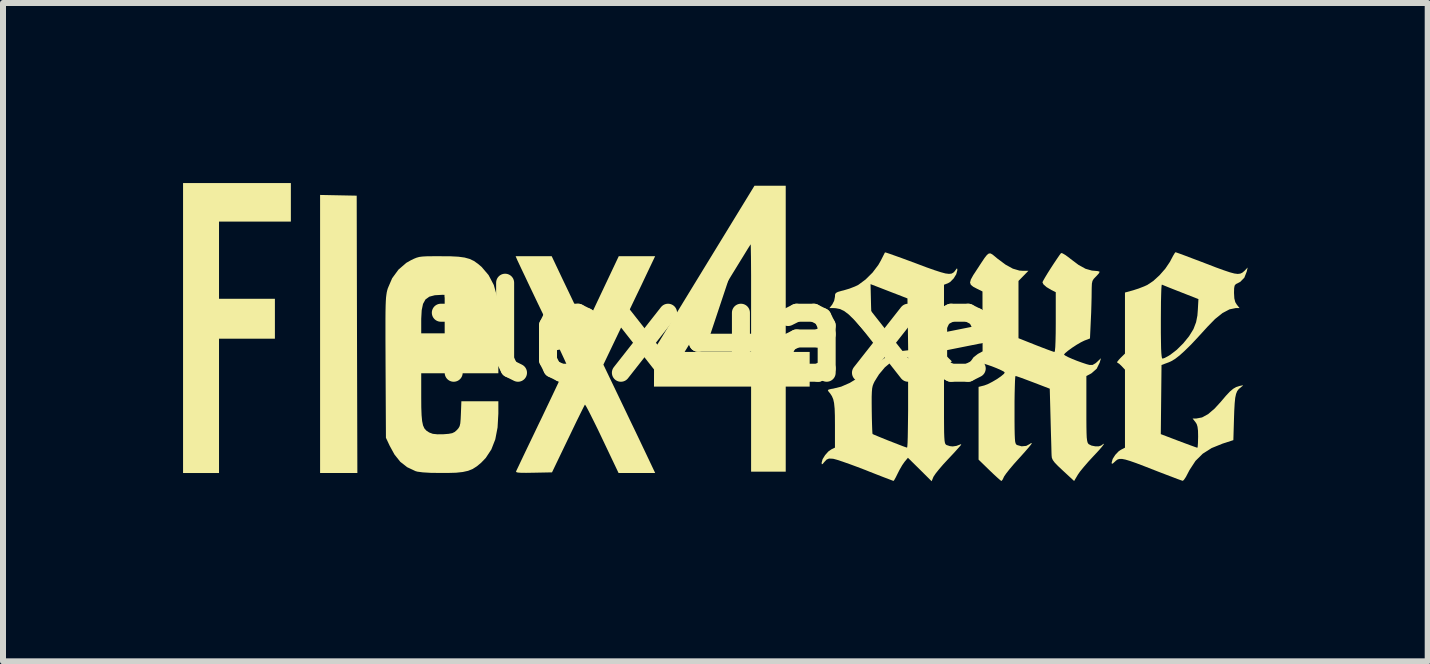
<source format=kicad_pcb>
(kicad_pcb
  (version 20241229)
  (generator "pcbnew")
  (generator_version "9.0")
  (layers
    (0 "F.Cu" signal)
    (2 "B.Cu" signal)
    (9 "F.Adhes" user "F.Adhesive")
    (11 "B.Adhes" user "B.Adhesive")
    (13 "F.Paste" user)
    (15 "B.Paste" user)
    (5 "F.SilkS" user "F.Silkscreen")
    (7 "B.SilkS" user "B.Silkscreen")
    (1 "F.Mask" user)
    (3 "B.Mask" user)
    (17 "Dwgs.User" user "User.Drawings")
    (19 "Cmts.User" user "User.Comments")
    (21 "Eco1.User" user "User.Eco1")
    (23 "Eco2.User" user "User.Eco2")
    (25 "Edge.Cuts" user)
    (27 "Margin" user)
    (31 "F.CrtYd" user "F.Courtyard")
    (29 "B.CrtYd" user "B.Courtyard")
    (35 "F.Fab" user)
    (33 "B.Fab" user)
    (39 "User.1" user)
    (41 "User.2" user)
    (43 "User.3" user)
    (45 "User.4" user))
  (footprint "flex4axe"
    (layer "F.Cu")
    (at 8.866 2.482)
    (property "Reference" "flex4axe" (at 0 0 0) (layer "F.SilkS") (effects (font (size 1.5 1.5) (thickness 0.3))))
    (attr board_only exclude_from_pos_files exclude_from_bom)
    (fp_poly (pts (xy -6.278 -2.278) (xy -5.973 -2.272) (xy -5.968 0.039) (xy -5.962 2.349) (xy -6.272 2.349) (xy -6.583 2.349) (xy -6.583 0.033) (xy -6.583 -2.284)) (stroke (width 0) (type solid)) (fill yes) (layer "F.SilkS"))
    (fp_poly (pts (xy -7.07 -2.161) (xy -7.07 -1.84) (xy -7.669 -1.84) (xy -8.267 -1.84) (xy -8.267 -1.197) (xy -8.267 -0.554) (xy -7.802 -0.554) (xy -7.336 -0.554) (xy -7.336 -0.222) (xy -7.336 0.111) (xy -7.802 0.111) (xy -8.267 0.111) (xy -8.267 1.23) (xy -8.267 2.349) (xy -8.566 2.349) (xy -8.866 2.349) (xy -8.866 -0.066) (xy -8.866 -2.482) (xy -7.968 -2.482) (xy -7.07 -2.482)) (stroke (width 0) (type solid)) (fill yes) (layer "F.SilkS"))
    (fp_poly (pts (xy 1.175 -1.053) (xy 1.175 0.332) (xy 1.374 0.332) (xy 1.574 0.332) (xy 1.574 0.621) (xy 1.574 0.909) (xy 1.374 0.909) (xy 1.175 0.909) (xy 1.175 1.618) (xy 1.175 2.327) (xy 0.887 2.327) (xy 0.598 2.327) (xy 0.598 1.618) (xy 0.598 0.909) (xy -0.211 0.909) (xy -1.02 0.909) (xy -1.019 0.604) (xy -1.019 0.332) (xy -0.51 0.332) (xy 0.044 0.332) (xy 0.598 0.332) (xy 0.598 -0.569) (xy 0.598 -0.763) (xy 0.598 -0.943) (xy 0.597 -1.103) (xy 0.596 -1.24) (xy 0.594 -1.347) (xy 0.593 -1.422) (xy 0.591 -1.458) (xy 0.59 -1.461) (xy 0.577 -1.44) (xy 0.543 -1.387) (xy 0.493 -1.305) (xy 0.428 -1.2) (xy 0.352 -1.076) (xy 0.267 -0.938) (xy 0.243 -0.898) (xy 0.143 -0.734) (xy 0.039 -0.564) (xy -0.065 -0.394) (xy -0.161 -0.236) (xy -0.246 -0.099) (xy -0.303 -0.006) (xy -0.51 0.332) (xy -1.019 0.332) (xy -1.019 0.299) (xy -0.183 -1.069) (xy 0.654 -2.437) (xy 0.914 -2.438) (xy 1.175 -2.438)) (stroke (width 0) (type solid)) (fill yes) (layer "F.SilkS"))
    (fp_poly (pts (xy -2.543 -0.881) (xy -2.477 -0.743) (xy -2.41 -0.603) (xy -2.347 -0.471) (xy -2.293 -0.36) (xy -2.261 -0.295) (xy -2.161 -0.091) (xy -1.884 -0.677) (xy -1.607 -1.263) (xy -1.304 -1.263) (xy -1.001 -1.263) (xy -1.13 -0.992) (xy -1.173 -0.901) (xy -1.231 -0.778) (xy -1.302 -0.631) (xy -1.38 -0.468) (xy -1.462 -0.296) (xy -1.544 -0.124) (xy -1.561 -0.089) (xy -1.863 0.543) (xy -1.587 1.119) (xy -1.506 1.288) (xy -1.422 1.464) (xy -1.339 1.636) (xy -1.263 1.795) (xy -1.198 1.932) (xy -1.155 2.022) (xy -1 2.349) (xy -1.305 2.349) (xy -1.61 2.349) (xy -1.884 1.773) (xy -1.954 1.626) (xy -2.019 1.494) (xy -2.075 1.382) (xy -2.12 1.294) (xy -2.152 1.235) (xy -2.169 1.21) (xy -2.17 1.209) (xy -2.183 1.232) (xy -2.212 1.289) (xy -2.255 1.376) (xy -2.31 1.487) (xy -2.373 1.618) (xy -2.442 1.762) (xy -2.451 1.78) (xy -2.719 2.338) (xy -3.024 2.344) (xy -3.15 2.346) (xy -3.237 2.345) (xy -3.29 2.341) (xy -3.315 2.333) (xy -3.318 2.322) (xy -3.306 2.297) (xy -3.277 2.236) (xy -3.233 2.143) (xy -3.176 2.023) (xy -3.108 1.881) (xy -3.03 1.719) (xy -2.946 1.543) (xy -2.891 1.43) (xy -2.804 1.247) (xy -2.723 1.077) (xy -2.65 0.923) (xy -2.587 0.789) (xy -2.537 0.68) (xy -2.5 0.6) (xy -2.48 0.554) (xy -2.476 0.543) (xy -2.485 0.519) (xy -2.512 0.459) (xy -2.554 0.368) (xy -2.609 0.25) (xy -2.675 0.109) (xy -2.75 -0.05) (xy -2.833 -0.223) (xy -2.869 -0.299) (xy -2.956 -0.479) (xy -3.037 -0.649) (xy -3.111 -0.804) (xy -3.175 -0.94) (xy -3.228 -1.051) (xy -3.267 -1.134) (xy -3.29 -1.183) (xy -3.294 -1.191) (xy -3.325 -1.263) (xy -3.025 -1.263) (xy -2.724 -1.263)) (stroke (width 0) (type solid)) (fill yes) (layer "F.SilkS"))
    (fp_poly (pts (xy -4.41 -1.262) (xy -4.278 -1.255) (xy -4.175 -1.241) (xy -4.092 -1.218) (xy -4.02 -1.184) (xy -3.952 -1.136) (xy -3.892 -1.085) (xy -3.776 -0.949) (xy -3.689 -0.784) (xy -3.636 -0.597) (xy -3.634 -0.582) (xy -3.628 -0.525) (xy -3.623 -0.43) (xy -3.619 -0.307) (xy -3.615 -0.163) (xy -3.613 -0.006) (xy -3.613 0.116) (xy -3.613 0.687) (xy -4.255 0.687) (xy -4.898 0.687) (xy -4.898 1.087) (xy -4.897 1.255) (xy -4.892 1.386) (xy -4.883 1.483) (xy -4.868 1.555) (xy -4.845 1.606) (xy -4.813 1.642) (xy -4.771 1.67) (xy -4.764 1.674) (xy -4.705 1.696) (xy -4.628 1.704) (xy -4.529 1.703) (xy -4.441 1.696) (xy -4.382 1.685) (xy -4.341 1.665) (xy -4.305 1.634) (xy -4.277 1.602) (xy -4.258 1.568) (xy -4.247 1.521) (xy -4.241 1.451) (xy -4.237 1.363) (xy -4.229 1.153) (xy -3.921 1.153) (xy -3.613 1.153) (xy -3.613 1.358) (xy -3.626 1.59) (xy -3.664 1.788) (xy -3.73 1.957) (xy -3.823 2.098) (xy -3.9 2.178) (xy -3.971 2.237) (xy -4.04 2.281) (xy -4.116 2.312) (xy -4.206 2.332) (xy -4.318 2.344) (xy -4.462 2.348) (xy -4.564 2.348) (xy -4.74 2.346) (xy -4.873 2.338) (xy -4.963 2.326) (xy -4.994 2.317) (xy -5.132 2.252) (xy -5.247 2.162) (xy -5.344 2.04) (xy -5.424 1.894) (xy -5.486 1.762) (xy -5.492 0.588) (xy -5.493 0.329) (xy -5.494 0.111) (xy -5.494 0.022) (xy -4.898 0.022) (xy -4.564 0.022) (xy -4.23 0.022) (xy -4.237 -0.235) (xy -4.244 -0.491) (xy -4.317 -0.556) (xy -4.359 -0.59) (xy -4.4 -0.61) (xy -4.455 -0.618) (xy -4.537 -0.62) (xy -4.55 -0.62) (xy -4.672 -0.613) (xy -4.763 -0.589) (xy -4.827 -0.543) (xy -4.868 -0.469) (xy -4.89 -0.364) (xy -4.898 -0.221) (xy -4.898 -0.194) (xy -4.898 0.022) (xy -5.494 0.022) (xy -5.494 -0.072) (xy -5.494 -0.222) (xy -5.493 -0.343) (xy -5.491 -0.44) (xy -5.488 -0.516) (xy -5.484 -0.576) (xy -5.478 -0.624) (xy -5.472 -0.663) (xy -5.464 -0.697) (xy -5.454 -0.73) (xy -5.382 -0.897) (xy -5.277 -1.04) (xy -5.146 -1.153) (xy -5.074 -1.194) (xy -5.021 -1.22) (xy -4.977 -1.238) (xy -4.931 -1.251) (xy -4.876 -1.258) (xy -4.803 -1.262) (xy -4.703 -1.263) (xy -4.577 -1.263)) (stroke (width 0) (type solid)) (fill yes) (layer "F.SilkS"))
    (fp_poly (pts (xy 7.693 -1.322) (xy 7.752 -1.301) (xy 7.841 -1.268) (xy 7.954 -1.225) (xy 8.084 -1.176) (xy 8.178 -1.14) (xy 8.344 -1.076) (xy 8.474 -1.029) (xy 8.575 -0.995) (xy 8.65 -0.975) (xy 8.706 -0.968) (xy 8.748 -0.973) (xy 8.781 -0.988) (xy 8.811 -1.013) (xy 8.824 -1.025) (xy 8.871 -1.075) (xy 8.856 -1.008) (xy 8.816 -0.906) (xy 8.749 -0.837) (xy 8.711 -0.817) (xy 8.674 -0.798) (xy 8.654 -0.773) (xy 8.646 -0.731) (xy 8.644 -0.659) (xy 8.644 -0.651) (xy 8.649 -0.561) (xy 8.665 -0.498) (xy 8.69 -0.457) (xy 8.736 -0.399) (xy 8.672 -0.399) (xy 8.569 -0.378) (xy 8.453 -0.317) (xy 8.327 -0.216) (xy 8.206 -0.092) (xy 8.056 0.072) (xy 7.931 0.206) (xy 7.825 0.31) (xy 7.737 0.39) (xy 7.662 0.448) (xy 7.596 0.487) (xy 7.558 0.504) (xy 7.436 0.549) (xy 7.43 1.125) (xy 7.424 1.701) (xy 7.723 1.815) (xy 7.83 1.855) (xy 7.922 1.889) (xy 7.991 1.914) (xy 8.029 1.927) (xy 8.034 1.928) (xy 8.039 1.908) (xy 8.043 1.853) (xy 8.045 1.775) (xy 8.046 1.743) (xy 8.044 1.645) (xy 8.036 1.579) (xy 8.022 1.533) (xy 8 1.499) (xy 7.954 1.441) (xy 8.015 1.441) (xy 8.111 1.423) (xy 8.212 1.368) (xy 8.321 1.275) (xy 8.425 1.161) (xy 8.509 1.062) (xy 8.575 0.992) (xy 8.629 0.946) (xy 8.679 0.917) (xy 8.732 0.9) (xy 8.744 0.897) (xy 8.788 0.888) (xy 8.793 0.893) (xy 8.762 0.917) (xy 8.761 0.919) (xy 8.724 0.949) (xy 8.697 0.984) (xy 8.678 1.031) (xy 8.664 1.096) (xy 8.655 1.186) (xy 8.648 1.309) (xy 8.644 1.427) (xy 8.633 1.801) (xy 8.454 1.859) (xy 8.271 1.933) (xy 8.123 2.027) (xy 8.002 2.147) (xy 7.902 2.3) (xy 7.877 2.348) (xy 7.842 2.415) (xy 7.81 2.462) (xy 7.791 2.479) (xy 7.764 2.471) (xy 7.703 2.449) (xy 7.613 2.415) (xy 7.501 2.372) (xy 7.373 2.323) (xy 7.317 2.301) (xy 7.148 2.235) (xy 7.014 2.184) (xy 6.911 2.148) (xy 6.834 2.125) (xy 6.778 2.114) (xy 6.736 2.114) (xy 6.705 2.123) (xy 6.678 2.142) (xy 6.662 2.157) (xy 6.624 2.191) (xy 6.608 2.194) (xy 6.605 2.177) (xy 6.622 2.115) (xy 6.665 2.047) (xy 6.722 1.987) (xy 6.759 1.962) (xy 6.827 1.927) (xy 6.827 1.277) (xy 6.827 0.627) (xy 6.772 0.568) (xy 6.731 0.529) (xy 6.7 0.51) (xy 6.697 0.51) (xy 6.698 0.496) (xy 6.726 0.461) (xy 6.751 0.434) (xy 6.827 0.359) (xy 6.827 -0.149) (xy 6.827 -0.179) (xy 7.425 -0.179) (xy 7.425 0.01) (xy 7.427 0.159) (xy 7.429 0.271) (xy 7.433 0.352) (xy 7.438 0.404) (xy 7.444 0.434) (xy 7.453 0.443) (xy 7.454 0.443) (xy 7.488 0.432) (xy 7.543 0.403) (xy 7.581 0.38) (xy 7.69 0.296) (xy 7.799 0.188) (xy 7.895 0.07) (xy 7.966 -0.045) (xy 7.973 -0.061) (xy 8.012 -0.164) (xy 8.034 -0.276) (xy 8.041 -0.368) (xy 8.051 -0.549) (xy 7.755 -0.665) (xy 7.648 -0.707) (xy 7.555 -0.744) (xy 7.486 -0.772) (xy 7.447 -0.788) (xy 7.442 -0.791) (xy 7.437 -0.772) (xy 7.433 -0.715) (xy 7.43 -0.624) (xy 7.427 -0.505) (xy 7.426 -0.364) (xy 7.425 -0.206) (xy 7.425 -0.179) (xy 6.827 -0.179) (xy 6.827 -0.658) (xy 6.962 -0.695) (xy 7.055 -0.725) (xy 7.15 -0.762) (xy 7.2 -0.785) (xy 7.299 -0.851) (xy 7.403 -0.946) (xy 7.5 -1.057) (xy 7.577 -1.171) (xy 7.595 -1.206) (xy 7.629 -1.27) (xy 7.656 -1.315) (xy 7.669 -1.33)) (stroke (width 0) (type solid)) (fill yes) (layer "F.SilkS"))
    (fp_poly (pts (xy 2.851 -1.322) (xy 2.908 -1.303) (xy 2.995 -1.272) (xy 3.107 -1.232) (xy 3.237 -1.184) (xy 3.345 -1.144) (xy 3.517 -1.079) (xy 3.653 -1.031) (xy 3.758 -0.997) (xy 3.836 -0.976) (xy 3.894 -0.969) (xy 3.936 -0.973) (xy 3.967 -0.989) (xy 3.992 -1.014) (xy 4.001 -1.027) (xy 4.025 -1.059) (xy 4.033 -1.054) (xy 4.034 -1.03) (xy 4.016 -0.963) (xy 3.973 -0.893) (xy 3.916 -0.835) (xy 3.878 -0.813) (xy 3.812 -0.788) (xy 3.812 -0.215) (xy 3.812 0.358) (xy 3.877 0.423) (xy 3.942 0.488) (xy 3.877 0.552) (xy 3.812 0.617) (xy 3.812 1.239) (xy 3.812 1.421) (xy 3.813 1.564) (xy 3.814 1.673) (xy 3.817 1.752) (xy 3.821 1.808) (xy 3.827 1.843) (xy 3.835 1.865) (xy 3.846 1.877) (xy 3.855 1.883) (xy 3.911 1.901) (xy 3.956 1.906) (xy 4.019 1.897) (xy 4.057 1.883) (xy 4.091 1.87) (xy 4.1 1.873) (xy 4.086 1.893) (xy 4.046 1.938) (xy 3.987 2.004) (xy 3.913 2.083) (xy 3.883 2.115) (xy 3.801 2.203) (xy 3.729 2.287) (xy 3.673 2.357) (xy 3.64 2.406) (xy 3.635 2.415) (xy 3.606 2.486) (xy 3.409 2.29) (xy 3.211 2.095) (xy 3.156 2.161) (xy 3.116 2.218) (xy 3.071 2.296) (xy 3.041 2.355) (xy 3.009 2.42) (xy 2.983 2.466) (xy 2.97 2.481) (xy 2.947 2.472) (xy 2.889 2.45) (xy 2.802 2.417) (xy 2.692 2.374) (xy 2.564 2.324) (xy 2.505 2.3) (xy 2.366 2.247) (xy 2.236 2.199) (xy 2.122 2.159) (xy 2.031 2.129) (xy 1.972 2.113) (xy 1.96 2.111) (xy 1.896 2.108) (xy 1.856 2.125) (xy 1.821 2.162) (xy 1.789 2.199) (xy 1.776 2.203) (xy 1.773 2.178) (xy 1.789 2.119) (xy 1.831 2.051) (xy 1.885 1.99) (xy 1.935 1.955) (xy 1.995 1.926) (xy 1.995 1.549) (xy 1.994 1.395) (xy 1.99 1.277) (xy 1.981 1.189) (xy 1.981 1.186) (xy 2.607 1.186) (xy 2.608 1.304) (xy 2.61 1.43) (xy 2.613 1.54) (xy 2.616 1.626) (xy 2.619 1.681) (xy 2.622 1.699) (xy 2.645 1.71) (xy 2.7 1.733) (xy 2.778 1.765) (xy 2.869 1.802) (xy 2.964 1.839) (xy 3.054 1.874) (xy 3.129 1.903) (xy 3.18 1.921) (xy 3.197 1.926) (xy 3.201 1.905) (xy 3.205 1.845) (xy 3.208 1.751) (xy 3.21 1.628) (xy 3.212 1.48) (xy 3.214 1.314) (xy 3.214 1.175) (xy 3.214 0.421) (xy 3.142 0.421) (xy 3.039 0.442) (xy 2.932 0.5) (xy 2.826 0.589) (xy 2.729 0.705) (xy 2.657 0.82) (xy 2.638 0.859) (xy 2.624 0.896) (xy 2.615 0.939) (xy 2.61 0.997) (xy 2.607 1.077) (xy 2.607 1.186) (xy 1.981 1.186) (xy 1.967 1.122) (xy 1.945 1.069) (xy 1.915 1.023) (xy 1.891 0.995) (xy 1.877 0.972) (xy 1.888 0.959) (xy 1.932 0.948) (xy 1.966 0.943) (xy 2.099 0.91) (xy 2.241 0.848) (xy 2.397 0.753) (xy 2.571 0.624) (xy 2.702 0.522) (xy 2.806 0.445) (xy 2.891 0.391) (xy 2.963 0.354) (xy 3.028 0.331) (xy 3.094 0.318) (xy 3.101 0.317) (xy 3.215 0.304) (xy 3.209 -0.128) (xy 3.203 -0.56) (xy 3.036 -0.625) (xy 2.932 -0.665) (xy 2.821 -0.708) (xy 2.729 -0.744) (xy 2.588 -0.798) (xy 2.597 -0.427) (xy 2.603 -0.263) (xy 2.612 -0.138) (xy 2.626 -0.045) (xy 2.645 0.022) (xy 2.672 0.068) (xy 2.708 0.101) (xy 2.721 0.109) (xy 2.747 0.127) (xy 2.735 0.132) (xy 2.72 0.132) (xy 2.652 0.117) (xy 2.575 0.069) (xy 2.483 -0.016) (xy 2.414 -0.092) (xy 2.31 -0.209) (xy 2.224 -0.293) (xy 2.15 -0.349) (xy 2.08 -0.383) (xy 2.009 -0.397) (xy 1.97 -0.399) (xy 1.903 -0.399) (xy 1.949 -0.457) (xy 1.982 -0.521) (xy 1.995 -0.587) (xy 1.997 -0.625) (xy 2.01 -0.65) (xy 2.043 -0.668) (xy 2.105 -0.686) (xy 2.142 -0.695) (xy 2.236 -0.723) (xy 2.329 -0.759) (xy 2.386 -0.787) (xy 2.505 -0.875) (xy 2.621 -0.99) (xy 2.718 -1.118) (xy 2.759 -1.19) (xy 2.793 -1.257) (xy 2.818 -1.307) (xy 2.829 -1.327)) (stroke (width 0) (type solid)) (fill yes) (layer "F.SilkS"))
    (fp_poly (pts (xy 5.787 -1.311) (xy 5.835 -1.283) (xy 5.898 -1.237) (xy 5.921 -1.218) (xy 6.054 -1.118) (xy 6.17 -1.054) (xy 6.275 -1.024) (xy 6.322 -1.02) (xy 6.376 -1.015) (xy 6.404 -1.005) (xy 6.405 -1.002) (xy 6.391 -0.976) (xy 6.354 -0.935) (xy 6.339 -0.92) (xy 6.306 -0.885) (xy 6.286 -0.852) (xy 6.276 -0.807) (xy 6.273 -0.739) (xy 6.272 -0.675) (xy 6.271 -0.581) (xy 6.268 -0.459) (xy 6.264 -0.324) (xy 6.258 -0.194) (xy 6.244 0.107) (xy 6.15 0.143) (xy 6.093 0.171) (xy 6.021 0.213) (xy 5.946 0.262) (xy 5.879 0.311) (xy 5.83 0.352) (xy 5.811 0.375) (xy 5.828 0.39) (xy 5.876 0.416) (xy 5.946 0.447) (xy 6.028 0.48) (xy 6.111 0.51) (xy 6.186 0.535) (xy 6.235 0.548) (xy 6.288 0.548) (xy 6.338 0.519) (xy 6.362 0.498) (xy 6.427 0.436) (xy 6.406 0.509) (xy 6.356 0.611) (xy 6.271 0.686) (xy 6.245 0.701) (xy 6.184 0.733) (xy 6.184 1.283) (xy 6.184 1.454) (xy 6.185 1.587) (xy 6.187 1.686) (xy 6.19 1.757) (xy 6.196 1.806) (xy 6.203 1.837) (xy 6.213 1.857) (xy 6.224 1.869) (xy 6.27 1.892) (xy 6.331 1.904) (xy 6.392 1.904) (xy 6.433 1.89) (xy 6.439 1.884) (xy 6.469 1.863) (xy 6.476 1.862) (xy 6.47 1.877) (xy 6.439 1.917) (xy 6.386 1.978) (xy 6.316 2.053) (xy 6.298 2.072) (xy 6.216 2.161) (xy 6.14 2.249) (xy 6.078 2.325) (xy 6.039 2.381) (xy 6.039 2.382) (xy 5.98 2.482) (xy 5.794 2.31) (xy 5.712 2.233) (xy 5.657 2.176) (xy 5.625 2.133) (xy 5.609 2.096) (xy 5.605 2.061) (xy 5.603 2.017) (xy 5.601 1.936) (xy 5.598 1.826) (xy 5.594 1.693) (xy 5.59 1.546) (xy 5.588 1.464) (xy 5.574 0.944) (xy 5.298 0.838) (xy 5.194 0.799) (xy 5.106 0.766) (xy 5.04 0.743) (xy 5.006 0.732) (xy 5.004 0.731) (xy 4.999 0.753) (xy 4.995 0.812) (xy 4.992 0.904) (xy 4.989 1.023) (xy 4.987 1.163) (xy 4.987 1.296) (xy 4.987 1.469) (xy 4.988 1.603) (xy 4.99 1.703) (xy 4.993 1.774) (xy 4.997 1.823) (xy 5.004 1.853) (xy 5.014 1.871) (xy 5.026 1.881) (xy 5.03 1.883) (xy 5.105 1.904) (xy 5.182 1.897) (xy 5.235 1.869) (xy 5.265 1.849) (xy 5.275 1.853) (xy 5.261 1.876) (xy 5.221 1.925) (xy 5.162 1.993) (xy 5.089 2.075) (xy 5.057 2.11) (xy 4.976 2.2) (xy 4.905 2.284) (xy 4.849 2.355) (xy 4.815 2.404) (xy 4.81 2.414) (xy 4.788 2.46) (xy 4.769 2.482) (xy 4.768 2.482) (xy 4.748 2.467) (xy 4.702 2.427) (xy 4.639 2.369) (xy 4.571 2.304) (xy 4.388 2.126) (xy 4.388 1.52) (xy 4.388 0.914) (xy 4.483 0.89) (xy 4.542 0.868) (xy 4.616 0.83) (xy 4.693 0.785) (xy 4.761 0.738) (xy 4.809 0.698) (xy 4.824 0.676) (xy 4.808 0.659) (xy 4.76 0.634) (xy 4.69 0.603) (xy 4.609 0.571) (xy 4.527 0.543) (xy 4.453 0.521) (xy 4.4 0.51) (xy 4.39 0.51) (xy 4.335 0.525) (xy 4.285 0.558) (xy 4.249 0.588) (xy 4.235 0.587) (xy 4.233 0.568) (xy 4.253 0.493) (xy 4.305 0.42) (xy 4.376 0.365) (xy 4.455 0.322) (xy 4.454 -0.177) (xy 4.453 -0.676) (xy 4.362 -0.721) (xy 4.298 -0.755) (xy 4.259 -0.787) (xy 4.246 -0.824) (xy 4.259 -0.875) (xy 4.298 -0.946) (xy 4.363 -1.045) (xy 4.436 -1.157) (xy 4.489 -1.236) (xy 4.528 -1.285) (xy 4.56 -1.309) (xy 4.589 -1.309) (xy 4.622 -1.29) (xy 4.666 -1.254) (xy 4.704 -1.222) (xy 4.84 -1.121) (xy 4.959 -1.056) (xy 5.068 -1.024) (xy 5.124 -1.02) (xy 5.218 -1.02) (xy 5.135 -0.935) (xy 5.053 -0.851) (xy 5.053 -0.374) (xy 5.053 0.103) (xy 5.342 0.218) (xy 5.448 0.259) (xy 5.54 0.294) (xy 5.609 0.319) (xy 5.648 0.332) (xy 5.653 0.332) (xy 5.66 0.311) (xy 5.666 0.249) (xy 5.67 0.15) (xy 5.673 0.019) (xy 5.674 -0.141) (xy 5.674 -0.166) (xy 5.674 -0.664) (xy 5.602 -0.7) (xy 5.521 -0.748) (xy 5.469 -0.794) (xy 5.452 -0.829) (xy 5.464 -0.854) (xy 5.494 -0.907) (xy 5.538 -0.98) (xy 5.59 -1.062) (xy 5.644 -1.145) (xy 5.695 -1.221) (xy 5.736 -1.281) (xy 5.762 -1.315) (xy 5.763 -1.316)) (stroke (width 0) (type solid)) (fill yes) (layer "F.SilkS")))
  (gr_rect
    (start -3 -3)
    (end 20.737 7.968)
    (stroke (width 0.1) (type default))
    (fill no)
    (layer "Edge.Cuts")))
</source>
